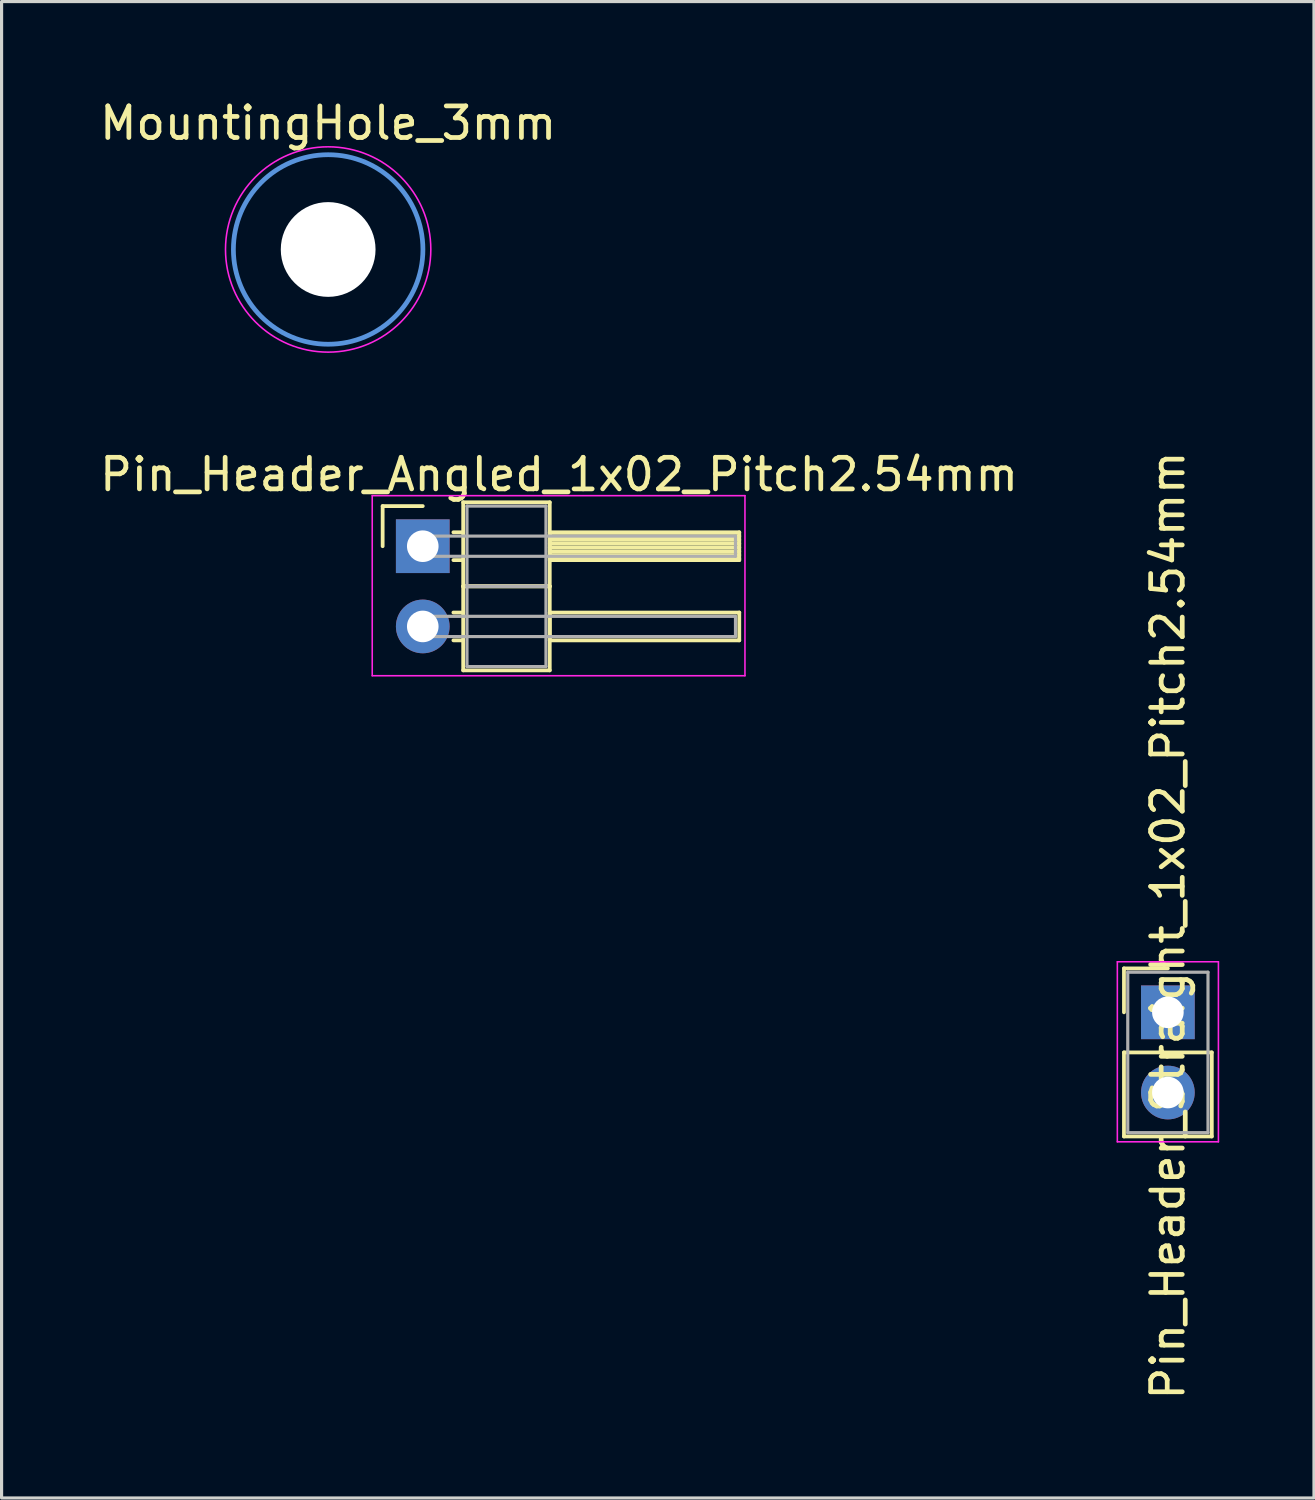
<source format=kicad_pcb>
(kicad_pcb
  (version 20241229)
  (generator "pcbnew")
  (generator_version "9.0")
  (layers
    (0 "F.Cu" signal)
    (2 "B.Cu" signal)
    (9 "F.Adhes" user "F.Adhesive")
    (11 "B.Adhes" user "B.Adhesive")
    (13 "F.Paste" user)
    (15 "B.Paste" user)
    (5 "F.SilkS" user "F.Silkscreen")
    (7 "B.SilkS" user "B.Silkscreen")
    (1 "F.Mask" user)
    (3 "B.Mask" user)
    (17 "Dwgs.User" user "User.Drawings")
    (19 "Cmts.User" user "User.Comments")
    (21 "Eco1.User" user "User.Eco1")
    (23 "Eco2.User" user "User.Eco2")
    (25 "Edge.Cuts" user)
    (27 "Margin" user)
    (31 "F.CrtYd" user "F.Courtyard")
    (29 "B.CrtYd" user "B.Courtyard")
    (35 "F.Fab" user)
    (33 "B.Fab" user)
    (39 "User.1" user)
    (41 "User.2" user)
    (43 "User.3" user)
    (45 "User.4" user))
  (footprint "Pin_Header_Angled_1x02_Pitch2.54mm"
    (layer "F.Cu")
    (at 10.334 14.242)
    (property "Reference" "Pin_Header_Angled_1x02_Pitch2.54mm" (at 4.315 -2.27 0) (layer "F.SilkS") (effects (font (size 1 1) (thickness 0.15))))
    (attr through_hole)
    (fp_line (start -1.27 -1.27) (end 0 -1.27) (stroke (width 0.12) (type solid)) (layer "F.SilkS"))
    (fp_line (start -1.27 0) (end -1.27 -1.27) (stroke (width 0.12) (type solid)) (layer "F.SilkS"))
    (fp_line (start 0.97 -0.44) (end 1.28 -0.44) (stroke (width 0.12) (type solid)) (layer "F.SilkS"))
    (fp_line (start 0.97 0.44) (end 1.28 0.44) (stroke (width 0.12) (type solid)) (layer "F.SilkS"))
    (fp_line (start 0.97 2.1) (end 1.28 2.1) (stroke (width 0.12) (type solid)) (layer "F.SilkS"))
    (fp_line (start 0.97 2.98) (end 1.28 2.98) (stroke (width 0.12) (type solid)) (layer "F.SilkS"))
    (fp_line (start 1.28 -1.39) (end 1.28 1.27) (stroke (width 0.12) (type solid)) (layer "F.SilkS"))
    (fp_line (start 1.28 1.27) (end 1.28 3.93) (stroke (width 0.12) (type solid)) (layer "F.SilkS"))
    (fp_line (start 1.28 1.27) (end 4.02 1.27) (stroke (width 0.12) (type solid)) (layer "F.SilkS"))
    (fp_line (start 1.28 3.93) (end 4.02 3.93) (stroke (width 0.12) (type solid)) (layer "F.SilkS"))
    (fp_line (start 4.02 -1.39) (end 1.28 -1.39) (stroke (width 0.12) (type solid)) (layer "F.SilkS"))
    (fp_line (start 4.02 -0.44) (end 4.02 0.44) (stroke (width 0.12) (type solid)) (layer "F.SilkS"))
    (fp_line (start 4.02 -0.32) (end 10.02 -0.32) (stroke (width 0.12) (type solid)) (layer "F.SilkS"))
    (fp_line (start 4.02 -0.2) (end 10.02 -0.2) (stroke (width 0.12) (type solid)) (layer "F.SilkS"))
    (fp_line (start 4.02 -0.08) (end 10.02 -0.08) (stroke (width 0.12) (type solid)) (layer "F.SilkS"))
    (fp_line (start 4.02 0.04) (end 10.02 0.04) (stroke (width 0.12) (type solid)) (layer "F.SilkS"))
    (fp_line (start 4.02 0.16) (end 10.02 0.16) (stroke (width 0.12) (type solid)) (layer "F.SilkS"))
    (fp_line (start 4.02 0.28) (end 10.02 0.28) (stroke (width 0.12) (type solid)) (layer "F.SilkS"))
    (fp_line (start 4.02 0.4) (end 10.02 0.4) (stroke (width 0.12) (type solid)) (layer "F.SilkS"))
    (fp_line (start 4.02 0.44) (end 10.02 0.44) (stroke (width 0.12) (type solid)) (layer "F.SilkS"))
    (fp_line (start 4.02 1.27) (end 1.28 1.27) (stroke (width 0.12) (type solid)) (layer "F.SilkS"))
    (fp_line (start 4.02 1.27) (end 4.02 -1.39) (stroke (width 0.12) (type solid)) (layer "F.SilkS"))
    (fp_line (start 4.02 2.1) (end 4.02 2.98) (stroke (width 0.12) (type solid)) (layer "F.SilkS"))
    (fp_line (start 4.02 2.98) (end 10.02 2.98) (stroke (width 0.12) (type solid)) (layer "F.SilkS"))
    (fp_line (start 4.02 3.93) (end 4.02 1.27) (stroke (width 0.12) (type solid)) (layer "F.SilkS"))
    (fp_line (start 10.02 -0.44) (end 4.02 -0.44) (stroke (width 0.12) (type solid)) (layer "F.SilkS"))
    (fp_line (start 10.02 0.44) (end 10.02 -0.44) (stroke (width 0.12) (type solid)) (layer "F.SilkS"))
    (fp_line (start 10.02 2.1) (end 4.02 2.1) (stroke (width 0.12) (type solid)) (layer "F.SilkS"))
    (fp_line (start 10.02 2.98) (end 10.02 2.1) (stroke (width 0.12) (type solid)) (layer "F.SilkS"))
    (fp_line (start -1.6 -1.6) (end -1.6 4.1) (stroke (width 0.05) (type solid)) (layer "F.CrtYd"))
    (fp_line (start -1.6 4.1) (end 10.2 4.1) (stroke (width 0.05) (type solid)) (layer "F.CrtYd"))
    (fp_line (start 10.2 -1.6) (end -1.6 -1.6) (stroke (width 0.05) (type solid)) (layer "F.CrtYd"))
    (fp_line (start 10.2 4.1) (end 10.2 -1.6) (stroke (width 0.05) (type solid)) (layer "F.CrtYd"))
    (fp_line (start 0 -0.32) (end 0 0.32) (stroke (width 0.1) (type solid)) (layer "F.Fab"))
    (fp_line (start 0 0.32) (end 9.9 0.32) (stroke (width 0.1) (type solid)) (layer "F.Fab"))
    (fp_line (start 0 2.22) (end 0 2.86) (stroke (width 0.1) (type solid)) (layer "F.Fab"))
    (fp_line (start 0 2.86) (end 9.9 2.86) (stroke (width 0.1) (type solid)) (layer "F.Fab"))
    (fp_line (start 1.4 -1.27) (end 1.4 1.27) (stroke (width 0.1) (type solid)) (layer "F.Fab"))
    (fp_line (start 1.4 1.27) (end 1.4 3.81) (stroke (width 0.1) (type solid)) (layer "F.Fab"))
    (fp_line (start 1.4 1.27) (end 3.9 1.27) (stroke (width 0.1) (type solid)) (layer "F.Fab"))
    (fp_line (start 1.4 3.81) (end 3.9 3.81) (stroke (width 0.1) (type solid)) (layer "F.Fab"))
    (fp_line (start 3.9 -1.27) (end 1.4 -1.27) (stroke (width 0.1) (type solid)) (layer "F.Fab"))
    (fp_line (start 3.9 1.27) (end 1.4 1.27) (stroke (width 0.1) (type solid)) (layer "F.Fab"))
    (fp_line (start 3.9 1.27) (end 3.9 -1.27) (stroke (width 0.1) (type solid)) (layer "F.Fab"))
    (fp_line (start 3.9 3.81) (end 3.9 1.27) (stroke (width 0.1) (type solid)) (layer "F.Fab"))
    (fp_line (start 9.9 -0.32) (end 0 -0.32) (stroke (width 0.1) (type solid)) (layer "F.Fab"))
    (fp_line (start 9.9 0.32) (end 9.9 -0.32) (stroke (width 0.1) (type solid)) (layer "F.Fab"))
    (fp_line (start 9.9 2.22) (end 0 2.22) (stroke (width 0.1) (type solid)) (layer "F.Fab"))
    (fp_line (start 9.9 2.86) (end 9.9 2.22) (stroke (width 0.1) (type solid)) (layer "F.Fab"))
    (pad "1" thru_hole rect (at 0 0) (size 1.7 1.7) (drill 1) (layers "*.Cu" "*.Mask"))
    (pad "2" thru_hole oval (at 0 2.54) (size 1.7 1.7) (drill 1) (layers "*.Cu" "*.Mask")))
  (footprint "Pin_Header_Straight_1x02_Pitch2.54mm"
    (layer "F.Cu")
    (at 33.923 28.998)
    (property "Reference" "Pin_Header_Straight_1x02_Pitch2.54mm" (at 0 -2.75 90) (layer "F.SilkS") (effects (font (size 1 1) (thickness 0.15))))
    (attr through_hole)
    (fp_line (start -1.39 -1.39) (end 0 -1.39) (stroke (width 0.12) (type solid)) (layer "F.SilkS"))
    (fp_line (start -1.39 0) (end -1.39 -1.39) (stroke (width 0.12) (type solid)) (layer "F.SilkS"))
    (fp_line (start -1.39 1.27) (end -1.39 3.93) (stroke (width 0.12) (type solid)) (layer "F.SilkS"))
    (fp_line (start -1.39 3.93) (end 1.39 3.93) (stroke (width 0.12) (type solid)) (layer "F.SilkS"))
    (fp_line (start 1.39 1.27) (end -1.39 1.27) (stroke (width 0.12) (type solid)) (layer "F.SilkS"))
    (fp_line (start 1.39 3.93) (end 1.39 1.27) (stroke (width 0.12) (type solid)) (layer "F.SilkS"))
    (fp_line (start -1.6 -1.6) (end -1.6 4.1) (stroke (width 0.05) (type solid)) (layer "F.CrtYd"))
    (fp_line (start -1.6 4.1) (end 1.6 4.1) (stroke (width 0.05) (type solid)) (layer "F.CrtYd"))
    (fp_line (start 1.6 -1.6) (end -1.6 -1.6) (stroke (width 0.05) (type solid)) (layer "F.CrtYd"))
    (fp_line (start 1.6 4.1) (end 1.6 -1.6) (stroke (width 0.05) (type solid)) (layer "F.CrtYd"))
    (fp_line (start -1.27 -1.27) (end -1.27 3.81) (stroke (width 0.1) (type solid)) (layer "F.Fab"))
    (fp_line (start -1.27 3.81) (end 1.27 3.81) (stroke (width 0.1) (type solid)) (layer "F.Fab"))
    (fp_line (start 1.27 -1.27) (end -1.27 -1.27) (stroke (width 0.1) (type solid)) (layer "F.Fab"))
    (fp_line (start 1.27 3.81) (end 1.27 -1.27) (stroke (width 0.1) (type solid)) (layer "F.Fab"))
    (pad "1" thru_hole rect (at 0 0) (size 1.7 1.7) (drill 1) (layers "*.Cu" "*.Mask"))
    (pad "2" thru_hole oval (at 0 2.54) (size 1.7 1.7) (drill 1) (layers "*.Cu" "*.Mask")))
  (footprint "MountingHole_3mm"
    (layer "F.Cu")
    (at 7.339 4.848)
    (property "Reference" "MountingHole_3mm" (at 0 -4 0) (layer "F.SilkS") (effects (font (size 1 1) (thickness 0.15))))
    (attr through_hole)
    (fp_circle (center 0 0) (end 3 0) (stroke (width 0.15) (type solid)) (fill no) (layer "Cmts.User"))
    (fp_circle (center 0 0) (end 3.25 0) (stroke (width 0.05) (type solid)) (fill no) (layer "F.CrtYd"))
    (pad "" np_thru_hole circle (at 0 0) (size 3 3) (drill 3) (layers "*.Cu" "*.Mask")))
  (gr_rect
    (start -3 -3)
    (end 38.548 44.373)
    (stroke (width 0.1) (type default))
    (fill no)
    (layer "Edge.Cuts")))
</source>
